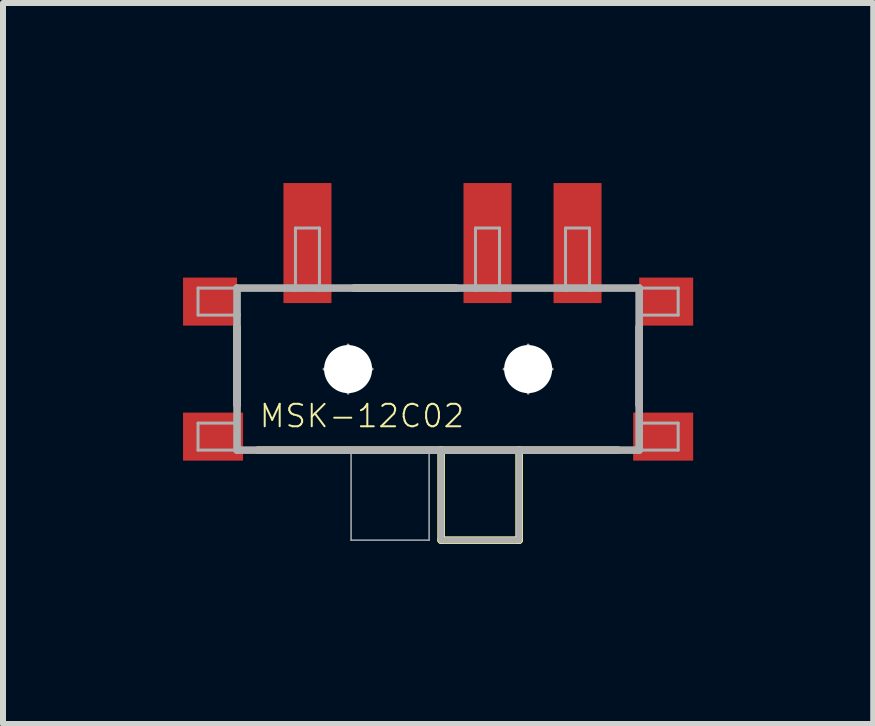
<source format=kicad_pcb>
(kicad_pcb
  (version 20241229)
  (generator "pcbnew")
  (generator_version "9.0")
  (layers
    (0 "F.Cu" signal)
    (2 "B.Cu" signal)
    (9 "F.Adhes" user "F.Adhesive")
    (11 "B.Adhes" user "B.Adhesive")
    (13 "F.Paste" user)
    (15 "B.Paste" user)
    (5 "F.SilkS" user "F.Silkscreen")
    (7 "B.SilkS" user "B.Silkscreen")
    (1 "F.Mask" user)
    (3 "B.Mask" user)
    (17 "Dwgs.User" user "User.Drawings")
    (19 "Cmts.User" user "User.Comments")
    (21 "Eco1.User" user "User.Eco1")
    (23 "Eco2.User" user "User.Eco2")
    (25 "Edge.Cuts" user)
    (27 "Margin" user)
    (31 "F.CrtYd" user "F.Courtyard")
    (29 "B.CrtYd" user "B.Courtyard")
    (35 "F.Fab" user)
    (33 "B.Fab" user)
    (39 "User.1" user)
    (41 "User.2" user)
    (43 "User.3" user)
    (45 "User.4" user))
  (footprint "MSK-12C02"
    (layer "F.Cu")
    (at 4.25 3.1)
    (property "Reference" "MSK-12C02" (at -3 1 0) (layer "F.SilkS") (effects (font (size 0.374 0.374) (thickness 0.033)) (justify left bottom)))
    (fp_line (start -3.35 -0.7) (end -3.35 0.6) (stroke (width 0.127) (type solid)) (layer "F.SilkS"))
    (fp_line (start -3 1.35) (end 0.05 1.35) (stroke (width 0.127) (type solid)) (layer "F.SilkS"))
    (fp_line (start -1.4 -1.35) (end 0.3 -1.35) (stroke (width 0.127) (type solid)) (layer "F.SilkS"))
    (fp_line (start 0.05 1.35) (end 1.35 1.35) (stroke (width 0.127) (type solid)) (layer "F.SilkS"))
    (fp_line (start 0.05 2.85) (end 0.05 1.35) (stroke (width 0.127) (type solid)) (layer "F.SilkS"))
    (fp_line (start 0.05 2.85) (end 1.35 2.85) (stroke (width 0.127) (type solid)) (layer "F.SilkS"))
    (fp_line (start 1.35 1.35) (end 3 1.35) (stroke (width 0.127) (type solid)) (layer "F.SilkS"))
    (fp_line (start 1.35 2.85) (end 1.35 1.35) (stroke (width 0.127) (type solid)) (layer "F.SilkS"))
    (fp_line (start 3.35 0.6) (end 3.35 -0.7) (stroke (width 0.127) (type solid)) (layer "F.SilkS"))
    (fp_line (start -4 -1.35) (end -4 -0.9) (stroke (width 0.05) (type solid)) (layer "F.Fab"))
    (fp_line (start -4 -0.9) (end -3.35 -0.9) (stroke (width 0.05) (type solid)) (layer "F.Fab"))
    (fp_line (start -4 0.9) (end -4 1.35) (stroke (width 0.05) (type solid)) (layer "F.Fab"))
    (fp_line (start -4 0.9) (end -3.4 0.9) (stroke (width 0.05) (type solid)) (layer "F.Fab"))
    (fp_line (start -4 1.35) (end -3.4 1.35) (stroke (width 0.05) (type solid)) (layer "F.Fab"))
    (fp_line (start -3.35 -1.35) (end -4 -1.35) (stroke (width 0.05) (type solid)) (layer "F.Fab"))
    (fp_line (start -3.35 -1.35) (end -2.377 -1.35) (stroke (width 0.127) (type solid)) (layer "F.Fab"))
    (fp_line (start -3.35 -0.9) (end -3.35 -1.35) (stroke (width 0.127) (type solid)) (layer "F.Fab"))
    (fp_line (start -3.35 1.35) (end -3.35 -0.9) (stroke (width 0.127) (type solid)) (layer "F.Fab"))
    (fp_line (start -2.377 -2.35) (end -1.977 -2.35) (stroke (width 0.05) (type solid)) (layer "F.Fab"))
    (fp_line (start -2.377 -1.35) (end -2.377 -2.35) (stroke (width 0.05) (type solid)) (layer "F.Fab"))
    (fp_line (start -1.977 -2.35) (end -1.977 -1.35) (stroke (width 0.05) (type solid)) (layer "F.Fab"))
    (fp_line (start -1.977 -1.35) (end -2.377 -1.35) (stroke (width 0.127) (type solid)) (layer "F.Fab"))
    (fp_line (start -1.977 -1.35) (end 0.623 -1.35) (stroke (width 0.127) (type solid)) (layer "F.Fab"))
    (fp_line (start -1.9 0) (end -1.5 0) (stroke (width 0.05) (type solid)) (layer "F.Fab"))
    (fp_line (start -1.5 0) (end -1.5 -0.4) (stroke (width 0.05) (type solid)) (layer "F.Fab"))
    (fp_line (start -1.5 0) (end -1.5 0.4) (stroke (width 0.05) (type solid)) (layer "F.Fab"))
    (fp_line (start -1.5 0) (end -1.1 0) (stroke (width 0.05) (type solid)) (layer "F.Fab"))
    (fp_line (start -1.45 1.35) (end -3.35 1.35) (stroke (width 0.127) (type solid)) (layer "F.Fab"))
    (fp_line (start -1.45 1.35) (end -1.45 2.85) (stroke (width 0.025) (type solid)) (layer "F.Fab"))
    (fp_line (start -1.45 2.85) (end -0.15 2.85) (stroke (width 0.025) (type solid)) (layer "F.Fab"))
    (fp_line (start -0.15 1.35) (end -1.45 1.35) (stroke (width 0.127) (type solid)) (layer "F.Fab"))
    (fp_line (start -0.15 2.85) (end -0.15 1.35) (stroke (width 0.025) (type solid)) (layer "F.Fab"))
    (fp_line (start 0.05 1.35) (end 0.05 2.85) (stroke (width 0.1) (type solid)) (layer "F.Fab"))
    (fp_line (start 0.05 2.85) (end 1.35 2.85) (stroke (width 0.1) (type solid)) (layer "F.Fab"))
    (fp_line (start 0.623 -2.35) (end 1.023 -2.35) (stroke (width 0.05) (type solid)) (layer "F.Fab"))
    (fp_line (start 0.623 -1.35) (end 0.623 -2.35) (stroke (width 0.05) (type solid)) (layer "F.Fab"))
    (fp_line (start 1.023 -2.35) (end 1.023 -1.35) (stroke (width 0.05) (type solid)) (layer "F.Fab"))
    (fp_line (start 1.023 -1.35) (end 0.623 -1.35) (stroke (width 0.127) (type solid)) (layer "F.Fab"))
    (fp_line (start 1.35 2.85) (end 1.35 1.35) (stroke (width 0.1) (type solid)) (layer "F.Fab"))
    (fp_line (start 1.5 0) (end 1.1 0) (stroke (width 0.05) (type solid)) (layer "F.Fab"))
    (fp_line (start 1.5 0) (end 1.5 -0.4) (stroke (width 0.05) (type solid)) (layer "F.Fab"))
    (fp_line (start 1.5 0) (end 1.5 0.4) (stroke (width 0.05) (type solid)) (layer "F.Fab"))
    (fp_line (start 1.9 0) (end 1.5 0) (stroke (width 0.05) (type solid)) (layer "F.Fab"))
    (fp_line (start 2.123 -2.35) (end 2.523 -2.35) (stroke (width 0.05) (type solid)) (layer "F.Fab"))
    (fp_line (start 2.123 -1.35) (end 1.023 -1.35) (stroke (width 0.127) (type solid)) (layer "F.Fab"))
    (fp_line (start 2.123 -1.35) (end 2.123 -2.35) (stroke (width 0.05) (type solid)) (layer "F.Fab"))
    (fp_line (start 2.523 -2.35) (end 2.523 -1.35) (stroke (width 0.05) (type solid)) (layer "F.Fab"))
    (fp_line (start 2.523 -1.35) (end 2.123 -1.35) (stroke (width 0.127) (type solid)) (layer "F.Fab"))
    (fp_line (start 2.523 -1.35) (end 3.35 -1.35) (stroke (width 0.127) (type solid)) (layer "F.Fab"))
    (fp_line (start 3.35 -1.35) (end 3.35 1.35) (stroke (width 0.127) (type solid)) (layer "F.Fab"))
    (fp_line (start 3.35 1.35) (end -0.15 1.35) (stroke (width 0.127) (type solid)) (layer "F.Fab"))
    (fp_line (start 3.4 0.9) (end 4 0.9) (stroke (width 0.05) (type solid)) (layer "F.Fab"))
    (fp_line (start 4 -1.35) (end 3.4 -1.35) (stroke (width 0.05) (type solid)) (layer "F.Fab"))
    (fp_line (start 4 -1.35) (end 4 -0.9) (stroke (width 0.05) (type solid)) (layer "F.Fab"))
    (fp_line (start 4 -0.9) (end 3.4 -0.9) (stroke (width 0.05) (type solid)) (layer "F.Fab"))
    (fp_line (start 4 0.9) (end 4 1.35) (stroke (width 0.05) (type solid)) (layer "F.Fab"))
    (fp_line (start 4 1.35) (end 3.4 1.35) (stroke (width 0.05) (type solid)) (layer "F.Fab"))
    (pad "" np_thru_hole circle (at -1.5 0) (size 0.8 0.8) (drill 0.8) (layers "*.Cu" "*.Mask"))
    (pad "" np_thru_hole circle (at 1.5 0) (size 0.8 0.8) (drill 0.8) (layers "*.Cu" "*.Mask"))
    (pad "1" smd rect (at -2.177 -2.1 180) (size 0.8 2) (layers "F.Cu" "F.Mask" "F.Paste"))
    (pad "2" smd rect (at 0.823 -2.1 180) (size 0.8 2) (layers "F.Cu" "F.Mask" "F.Paste"))
    (pad "3" smd rect (at 2.323 -2.1 180) (size 0.8 2) (layers "F.Cu" "F.Mask" "F.Paste"))
    (pad "GND@1" smd rect (at -3.75 1.125 180) (size 1 0.8) (layers "F.Cu" "F.Mask" "F.Paste"))
    (pad "GND@2" smd rect (at -3.8 -1.125 180) (size 0.9 0.8) (layers "F.Cu" "F.Mask" "F.Paste"))
    (pad "GND@3" smd rect (at 3.8 -1.125 180) (size 0.9 0.8) (layers "F.Cu" "F.Mask" "F.Paste"))
    (pad "GND@4" smd rect (at 3.75 1.125 180) (size 1 0.8) (layers "F.Cu" "F.Mask" "F.Paste")))
  (gr_rect
    (start -3 -3)
    (end 11.5 9.014)
    (stroke (width 0.1) (type default))
    (fill no)
    (layer "Edge.Cuts")))
</source>
